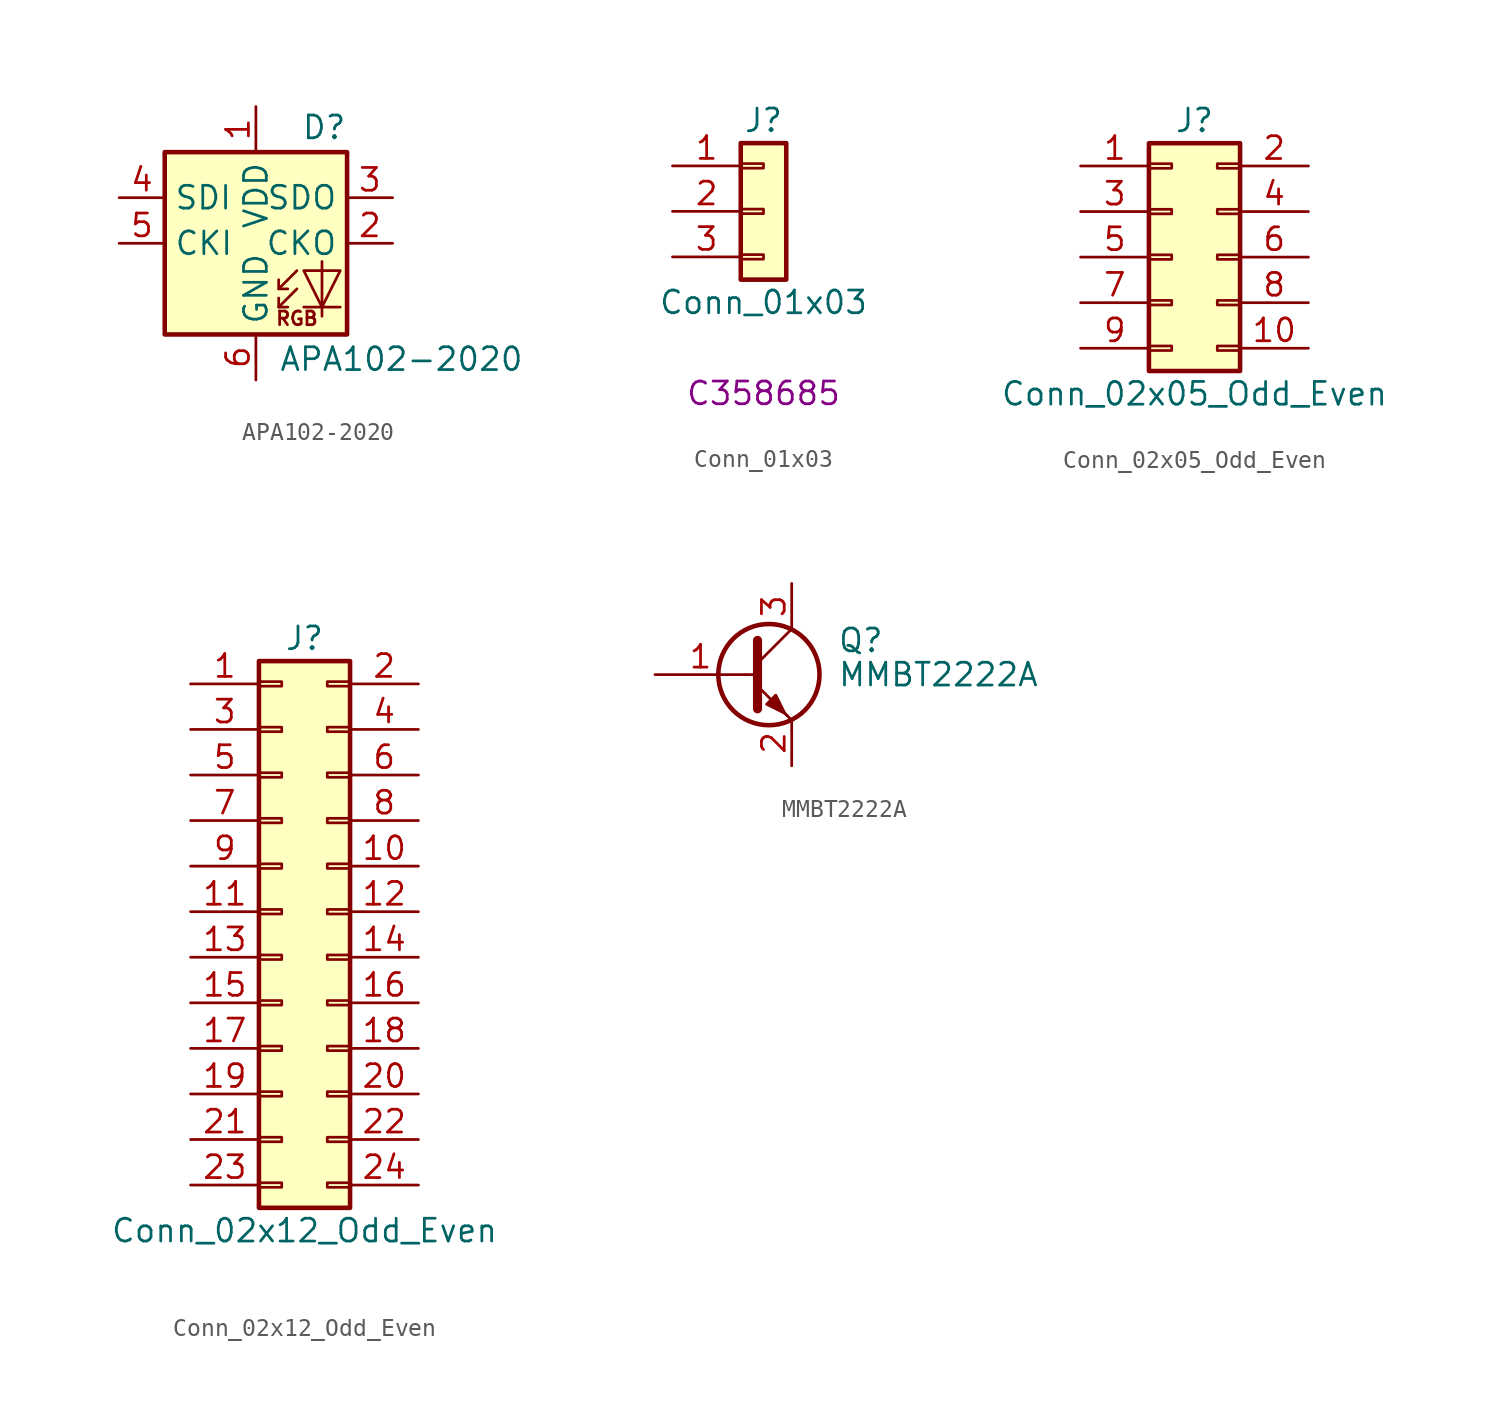
<source format=kicad_sym>
(kicad_symbol_lib
  (version 20220914)
  (generator kicad_symbol_editor)
  (symbol "APA102-2020"
    (property "Reference" "D"
      (at 5.08 5.715 0)
      (effects (font (size 1.27 1.27)) (justify right bottom)))
    (property "Value" "APA102-2020"
      (at 1.27 -5.715 0)
      (effects (font (size 1.27 1.27)) (justify left top)))
    (symbol "APA102-2020_0_0"
      (text "RGB" (at 2.286 -4.191 0) (effects (font (size 0.762 0.762)))))
    (symbol "APA102-2020_0_1"
      (rectangle (start -5.08 5.08) (end 5.08 -5.08) (stroke (width 0.254) (type default)) (fill (type background)))
      (polyline (pts (xy 1.27 -3.556) (xy 1.778 -3.556)) (stroke (width 0) (type default)) (fill (type none)))
      (polyline (pts (xy 1.27 -2.54) (xy 1.778 -2.54)) (stroke (width 0) (type default)) (fill (type none)))
      (polyline (pts (xy 4.699 -3.556) (xy 2.667 -3.556)) (stroke (width 0) (type default)) (fill (type none)))
      (polyline (pts (xy 2.286 -2.54) (xy 1.27 -3.556) (xy 1.27 -3.048)) (stroke (width 0) (type default)) (fill (type none)))
      (polyline (pts (xy 2.286 -1.524) (xy 1.27 -2.54) (xy 1.27 -2.032)) (stroke (width 0) (type default)) (fill (type none)))
      (polyline (pts (xy 3.683 -1.016) (xy 3.683 -3.556) (xy 3.683 -4.064)) (stroke (width 0) (type default)) (fill (type none)))
      (polyline (pts (xy 4.699 -1.524) (xy 2.667 -1.524) (xy 3.683 -3.556) (xy 4.699 -1.524)) (stroke (width 0) (type default)) (fill (type none))))
    (symbol "APA102-2020_1_1"
      (pin power_in line (at 0 7.62 270) (length 2.54) (name "VDD" (effects (font (size 1.27 1.27)))) (number "1" (effects (font (size 1.27 1.27)))))
      (pin output line (at 7.62 0 180) (length 2.54) (name "CKO" (effects (font (size 1.27 1.27)))) (number "2" (effects (font (size 1.27 1.27)))))
      (pin output line (at 7.62 2.54 180) (length 2.54) (name "SDO" (effects (font (size 1.27 1.27)))) (number "3" (effects (font (size 1.27 1.27)))))
      (pin input line (at -7.62 2.54 0) (length 2.54) (name "SDI" (effects (font (size 1.27 1.27)))) (number "4" (effects (font (size 1.27 1.27)))))
      (pin input line (at -7.62 0 0) (length 2.54) (name "CKI" (effects (font (size 1.27 1.27)))) (number "5" (effects (font (size 1.27 1.27)))))
      (pin power_in line (at 0 -7.62 90) (length 2.54) (name "GND" (effects (font (size 1.27 1.27)))) (number "6" (effects (font (size 1.27 1.27)))))))
  (symbol "Conn_01x03"
    (pin_names
      (offset 1.016) hide)
    (property "Reference" "J"
      (at 0 5.08 0)
      (effects (font (size 1.27 1.27))))
    (property "Value" "Conn_01x03"
      (at 0 -5.08 0)
      (effects (font (size 1.27 1.27))))
    (property "LCSC" "C358685"
      (at 0 -10.16 0)
      (effects (font (size 1.27 1.27))))
    (symbol "Conn_01x03_1_1"
      (rectangle (start -1.27 -2.413) (end 0 -2.667) (stroke (width 0.152) (type default)) (fill (type none)))
      (rectangle (start -1.27 0.127) (end 0 -0.127) (stroke (width 0.152) (type default)) (fill (type none)))
      (rectangle (start -1.27 2.667) (end 0 2.413) (stroke (width 0.152) (type default)) (fill (type none)))
      (rectangle (start -1.27 3.81) (end 1.27 -3.81) (stroke (width 0.254) (type default)) (fill (type background)))
      (pin passive line (at -5.08 2.54 0) (length 3.81) (name "Pin_1" (effects (font (size 1.27 1.27)))) (number "1" (effects (font (size 1.27 1.27)))))
      (pin passive line (at -5.08 0 0) (length 3.81) (name "Pin_2" (effects (font (size 1.27 1.27)))) (number "2" (effects (font (size 1.27 1.27)))))
      (pin passive line (at -5.08 -2.54 0) (length 3.81) (name "Pin_3" (effects (font (size 1.27 1.27)))) (number "3" (effects (font (size 1.27 1.27)))))))
  (symbol "Conn_02x05_Odd_Even"
    (pin_names
      (offset 1.016) hide)
    (property "Reference" "J"
      (at 0 7.62 0)
      (effects (font (size 1.27 1.27))))
    (property "Value" "Conn_02x05_Odd_Even"
      (at 0 -7.62 0)
      (effects (font (size 1.27 1.27))))
    (symbol "Conn_02x05_Odd_Even_1_1"
      (rectangle (start -2.54 -4.953) (end -1.27 -5.207) (stroke (width 0.152) (type default)) (fill (type none)))
      (rectangle (start -2.54 -2.413) (end -1.27 -2.667) (stroke (width 0.152) (type default)) (fill (type none)))
      (rectangle (start -2.54 0.127) (end -1.27 -0.127) (stroke (width 0.152) (type default)) (fill (type none)))
      (rectangle (start -2.54 2.667) (end -1.27 2.413) (stroke (width 0.152) (type default)) (fill (type none)))
      (rectangle (start -2.54 5.207) (end -1.27 4.953) (stroke (width 0.152) (type default)) (fill (type none)))
      (rectangle (start -2.54 6.35) (end 2.54 -6.35) (stroke (width 0.254) (type default)) (fill (type background)))
      (rectangle (start 2.54 -4.953) (end 1.27 -5.207) (stroke (width 0.152) (type default)) (fill (type none)))
      (rectangle (start 2.54 -2.413) (end 1.27 -2.667) (stroke (width 0.152) (type default)) (fill (type none)))
      (rectangle (start 2.54 0.127) (end 1.27 -0.127) (stroke (width 0.152) (type default)) (fill (type none)))
      (rectangle (start 2.54 2.667) (end 1.27 2.413) (stroke (width 0.152) (type default)) (fill (type none)))
      (rectangle (start 2.54 5.207) (end 1.27 4.953) (stroke (width 0.152) (type default)) (fill (type none)))
      (pin passive line (at -6.35 5.08 0) (length 3.81) (name "Pin_1" (effects (font (size 1.27 1.27)))) (number "1" (effects (font (size 1.27 1.27)))))
      (pin passive line (at 6.35 -5.08 180) (length 3.81) (name "Pin_10" (effects (font (size 1.27 1.27)))) (number "10" (effects (font (size 1.27 1.27)))))
      (pin passive line (at 6.35 5.08 180) (length 3.81) (name "Pin_2" (effects (font (size 1.27 1.27)))) (number "2" (effects (font (size 1.27 1.27)))))
      (pin passive line (at -6.35 2.54 0) (length 3.81) (name "Pin_3" (effects (font (size 1.27 1.27)))) (number "3" (effects (font (size 1.27 1.27)))))
      (pin passive line (at 6.35 2.54 180) (length 3.81) (name "Pin_4" (effects (font (size 1.27 1.27)))) (number "4" (effects (font (size 1.27 1.27)))))
      (pin passive line (at -6.35 0 0) (length 3.81) (name "Pin_5" (effects (font (size 1.27 1.27)))) (number "5" (effects (font (size 1.27 1.27)))))
      (pin passive line (at 6.35 0 180) (length 3.81) (name "Pin_6" (effects (font (size 1.27 1.27)))) (number "6" (effects (font (size 1.27 1.27)))))
      (pin passive line (at -6.35 -2.54 0) (length 3.81) (name "Pin_7" (effects (font (size 1.27 1.27)))) (number "7" (effects (font (size 1.27 1.27)))))
      (pin passive line (at 6.35 -2.54 180) (length 3.81) (name "Pin_8" (effects (font (size 1.27 1.27)))) (number "8" (effects (font (size 1.27 1.27)))))
      (pin passive line (at -6.35 -5.08 0) (length 3.81) (name "Pin_9" (effects (font (size 1.27 1.27)))) (number "9" (effects (font (size 1.27 1.27)))))))
  (symbol "Conn_02x12_Odd_Even"
    (pin_names
      (offset 1.016) hide)
    (property "Reference" "J"
      (at 0 15.24 0)
      (effects (font (size 1.27 1.27))))
    (property "Value" "Conn_02x12_Odd_Even"
      (at 0 -17.78 0)
      (effects (font (size 1.27 1.27))))
    (symbol "Conn_02x12_Odd_Even_1_1"
      (rectangle (start -2.54 -15.113) (end -1.27 -15.367) (stroke (width 0.152) (type default)) (fill (type none)))
      (rectangle (start -2.54 -12.573) (end -1.27 -12.827) (stroke (width 0.152) (type default)) (fill (type none)))
      (rectangle (start -2.54 -10.033) (end -1.27 -10.287) (stroke (width 0.152) (type default)) (fill (type none)))
      (rectangle (start -2.54 -7.493) (end -1.27 -7.747) (stroke (width 0.152) (type default)) (fill (type none)))
      (rectangle (start -2.54 -4.953) (end -1.27 -5.207) (stroke (width 0.152) (type default)) (fill (type none)))
      (rectangle (start -2.54 -2.413) (end -1.27 -2.667) (stroke (width 0.152) (type default)) (fill (type none)))
      (rectangle (start -2.54 0.127) (end -1.27 -0.127) (stroke (width 0.152) (type default)) (fill (type none)))
      (rectangle (start -2.54 2.667) (end -1.27 2.413) (stroke (width 0.152) (type default)) (fill (type none)))
      (rectangle (start -2.54 5.207) (end -1.27 4.953) (stroke (width 0.152) (type default)) (fill (type none)))
      (rectangle (start -2.54 7.747) (end -1.27 7.493) (stroke (width 0.152) (type default)) (fill (type none)))
      (rectangle (start -2.54 10.287) (end -1.27 10.033) (stroke (width 0.152) (type default)) (fill (type none)))
      (rectangle (start -2.54 12.827) (end -1.27 12.573) (stroke (width 0.152) (type default)) (fill (type none)))
      (rectangle (start -2.54 13.97) (end 2.54 -16.51) (stroke (width 0.254) (type default)) (fill (type background)))
      (rectangle (start 2.54 -15.113) (end 1.27 -15.367) (stroke (width 0.152) (type default)) (fill (type none)))
      (rectangle (start 2.54 -12.573) (end 1.27 -12.827) (stroke (width 0.152) (type default)) (fill (type none)))
      (rectangle (start 2.54 -10.033) (end 1.27 -10.287) (stroke (width 0.152) (type default)) (fill (type none)))
      (rectangle (start 2.54 -7.493) (end 1.27 -7.747) (stroke (width 0.152) (type default)) (fill (type none)))
      (rectangle (start 2.54 -4.953) (end 1.27 -5.207) (stroke (width 0.152) (type default)) (fill (type none)))
      (rectangle (start 2.54 -2.413) (end 1.27 -2.667) (stroke (width 0.152) (type default)) (fill (type none)))
      (rectangle (start 2.54 0.127) (end 1.27 -0.127) (stroke (width 0.152) (type default)) (fill (type none)))
      (rectangle (start 2.54 2.667) (end 1.27 2.413) (stroke (width 0.152) (type default)) (fill (type none)))
      (rectangle (start 2.54 5.207) (end 1.27 4.953) (stroke (width 0.152) (type default)) (fill (type none)))
      (rectangle (start 2.54 7.747) (end 1.27 7.493) (stroke (width 0.152) (type default)) (fill (type none)))
      (rectangle (start 2.54 10.287) (end 1.27 10.033) (stroke (width 0.152) (type default)) (fill (type none)))
      (rectangle (start 2.54 12.827) (end 1.27 12.573) (stroke (width 0.152) (type default)) (fill (type none)))
      (pin passive line (at -6.35 12.7 0) (length 3.81) (name "Pin_1" (effects (font (size 1.27 1.27)))) (number "1" (effects (font (size 1.27 1.27)))))
      (pin passive line (at 6.35 2.54 180) (length 3.81) (name "Pin_10" (effects (font (size 1.27 1.27)))) (number "10" (effects (font (size 1.27 1.27)))))
      (pin passive line (at -6.35 0 0) (length 3.81) (name "Pin_11" (effects (font (size 1.27 1.27)))) (number "11" (effects (font (size 1.27 1.27)))))
      (pin passive line (at 6.35 0 180) (length 3.81) (name "Pin_12" (effects (font (size 1.27 1.27)))) (number "12" (effects (font (size 1.27 1.27)))))
      (pin passive line (at -6.35 -2.54 0) (length 3.81) (name "Pin_13" (effects (font (size 1.27 1.27)))) (number "13" (effects (font (size 1.27 1.27)))))
      (pin passive line (at 6.35 -2.54 180) (length 3.81) (name "Pin_14" (effects (font (size 1.27 1.27)))) (number "14" (effects (font (size 1.27 1.27)))))
      (pin passive line (at -6.35 -5.08 0) (length 3.81) (name "Pin_15" (effects (font (size 1.27 1.27)))) (number "15" (effects (font (size 1.27 1.27)))))
      (pin passive line (at 6.35 -5.08 180) (length 3.81) (name "Pin_16" (effects (font (size 1.27 1.27)))) (number "16" (effects (font (size 1.27 1.27)))))
      (pin passive line (at -6.35 -7.62 0) (length 3.81) (name "Pin_17" (effects (font (size 1.27 1.27)))) (number "17" (effects (font (size 1.27 1.27)))))
      (pin passive line (at 6.35 -7.62 180) (length 3.81) (name "Pin_18" (effects (font (size 1.27 1.27)))) (number "18" (effects (font (size 1.27 1.27)))))
      (pin passive line (at -6.35 -10.16 0) (length 3.81) (name "Pin_19" (effects (font (size 1.27 1.27)))) (number "19" (effects (font (size 1.27 1.27)))))
      (pin passive line (at 6.35 12.7 180) (length 3.81) (name "Pin_2" (effects (font (size 1.27 1.27)))) (number "2" (effects (font (size 1.27 1.27)))))
      (pin passive line (at 6.35 -10.16 180) (length 3.81) (name "Pin_20" (effects (font (size 1.27 1.27)))) (number "20" (effects (font (size 1.27 1.27)))))
      (pin passive line (at -6.35 -12.7 0) (length 3.81) (name "Pin_21" (effects (font (size 1.27 1.27)))) (number "21" (effects (font (size 1.27 1.27)))))
      (pin passive line (at 6.35 -12.7 180) (length 3.81) (name "Pin_22" (effects (font (size 1.27 1.27)))) (number "22" (effects (font (size 1.27 1.27)))))
      (pin passive line (at -6.35 -15.24 0) (length 3.81) (name "Pin_23" (effects (font (size 1.27 1.27)))) (number "23" (effects (font (size 1.27 1.27)))))
      (pin passive line (at 6.35 -15.24 180) (length 3.81) (name "Pin_24" (effects (font (size 1.27 1.27)))) (number "24" (effects (font (size 1.27 1.27)))))
      (pin passive line (at -6.35 10.16 0) (length 3.81) (name "Pin_3" (effects (font (size 1.27 1.27)))) (number "3" (effects (font (size 1.27 1.27)))))
      (pin passive line (at 6.35 10.16 180) (length 3.81) (name "Pin_4" (effects (font (size 1.27 1.27)))) (number "4" (effects (font (size 1.27 1.27)))))
      (pin passive line (at -6.35 7.62 0) (length 3.81) (name "Pin_5" (effects (font (size 1.27 1.27)))) (number "5" (effects (font (size 1.27 1.27)))))
      (pin passive line (at 6.35 7.62 180) (length 3.81) (name "Pin_6" (effects (font (size 1.27 1.27)))) (number "6" (effects (font (size 1.27 1.27)))))
      (pin passive line (at -6.35 5.08 0) (length 3.81) (name "Pin_7" (effects (font (size 1.27 1.27)))) (number "7" (effects (font (size 1.27 1.27)))))
      (pin passive line (at 6.35 5.08 180) (length 3.81) (name "Pin_8" (effects (font (size 1.27 1.27)))) (number "8" (effects (font (size 1.27 1.27)))))
      (pin passive line (at -6.35 2.54 0) (length 3.81) (name "Pin_9" (effects (font (size 1.27 1.27)))) (number "9" (effects (font (size 1.27 1.27)))))))
  (symbol "MMBT2222A"
    (pin_names
      (offset 0) hide)
    (property "Reference" "Q"
      (at 5.08 1.905 0)
      (effects (font (size 1.27 1.27)) (justify left)))
    (property "Value" "MMBT2222A"
      (at 5.08 0 0)
      (effects (font (size 1.27 1.27)) (justify left)))
    (symbol "MMBT2222A_0_1"
      (polyline (pts (xy 0 0) (xy 0.635 0)) (stroke (width 0) (type default)) (fill (type none)))
      (polyline (pts (xy 2.54 -2.54) (xy 0.635 -0.635)) (stroke (width 0) (type default)) (fill (type none)))
      (polyline (pts (xy 2.54 2.54) (xy 0.635 0.635)) (stroke (width 0) (type default)) (fill (type none)))
      (polyline (pts (xy 0.635 1.905) (xy 0.635 -1.905) (xy 0.635 -1.905)) (stroke (width 0.508) (type default)) (fill (type none)))
      (polyline (pts (xy 2.286 -2.286) (xy 1.778 -1.778) (xy 1.778 -1.778)) (stroke (width 0) (type default)) (fill (type none)))
      (polyline (pts (xy 1.143 -1.651) (xy 1.651 -1.143) (xy 2.159 -2.159) (xy 1.143 -1.651) (xy 1.143 -1.651)) (stroke (width 0) (type default)) (fill (type outline)))
      (circle (center 1.27 0) (radius 2.819) (stroke (width 0.254) (type default)) (fill (type none))))
    (symbol "MMBT2222A_1_1"
      (pin input line (at -5.08 0 0) (length 5.08) (name "B" (effects (font (size 1.27 1.27)))) (number "1" (effects (font (size 1.27 1.27)))))
      (pin passive line (at 2.54 -5.08 90) (length 2.54) (name "E" (effects (font (size 1.27 1.27)))) (number "2" (effects (font (size 1.27 1.27)))))
      (pin passive line (at 2.54 5.08 270) (length 2.54) (name "C" (effects (font (size 1.27 1.27)))) (number "3" (effects (font (size 1.27 1.27))))))))
</source>
